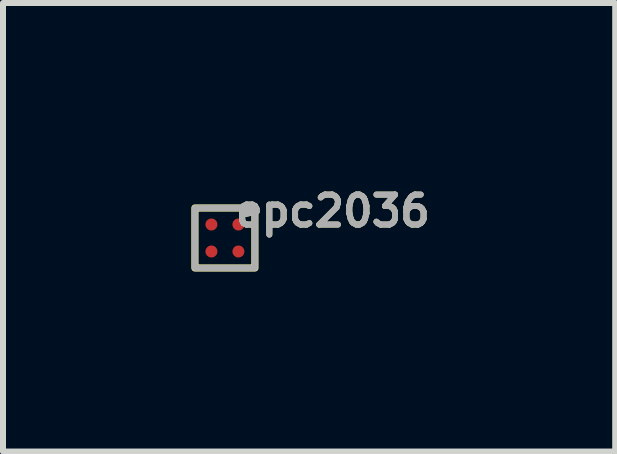
<source format=kicad_pcb>
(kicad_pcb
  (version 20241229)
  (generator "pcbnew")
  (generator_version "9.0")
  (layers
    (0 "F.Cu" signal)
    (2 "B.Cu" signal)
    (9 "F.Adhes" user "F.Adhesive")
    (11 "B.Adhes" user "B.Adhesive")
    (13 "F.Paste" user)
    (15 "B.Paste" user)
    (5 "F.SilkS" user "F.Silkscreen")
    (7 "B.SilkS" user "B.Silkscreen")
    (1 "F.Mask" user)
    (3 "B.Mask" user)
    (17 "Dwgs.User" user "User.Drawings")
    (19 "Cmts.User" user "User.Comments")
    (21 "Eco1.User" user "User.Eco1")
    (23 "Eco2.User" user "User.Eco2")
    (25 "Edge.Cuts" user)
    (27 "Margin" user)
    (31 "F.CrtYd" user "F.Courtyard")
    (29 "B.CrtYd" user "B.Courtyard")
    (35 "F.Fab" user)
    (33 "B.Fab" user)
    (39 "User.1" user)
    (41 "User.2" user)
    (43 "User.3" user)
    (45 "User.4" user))
  (footprint "epc2036"
    (layer "F.Cu")
    (at 0.25 0.468)
    (property "Reference" "epc2036" (at 2.25 0 0) (unlocked yes) (layer "F.SilkS") (effects (font (size 0.5 0.5) (thickness 0.1))))
    (attr smd)
    (fp_rect (start 0.95 -0.05) (end -0.05 0.95) (stroke (width 0.12) (type solid)) (fill no) (layer "F.SilkS"))
    (fp_rect (start 0.95 -0.05) (end -0.05 0.95) (stroke (width 0.1) (type solid)) (fill no) (layer "F.Fab"))
    (fp_text user "${REFERENCE}" (at 2.25 0 0) (unlocked yes) (layer "F.Fab") (effects (font (size 0.5 0.5) (thickness 0.1))))
    (pad "1" smd circle (at 0.225 0.225) (size 0.2 0.2) (layers "F.Cu" "F.Mask" "F.Paste"))
    (pad "2" smd circle (at 0.225 0.675) (size 0.2 0.2) (layers "F.Cu" "F.Mask" "F.Paste"))
    (pad "3" smd circle (at 0.675 0.225) (size 0.2 0.2) (layers "F.Cu" "F.Mask" "F.Paste"))
    (pad "4" smd circle (at 0.675 0.675) (size 0.2 0.2) (layers "F.Cu" "F.Mask" "F.Paste")))
  (gr_rect
    (start -3 -3)
    (end 7.207 4.478)
    (stroke (width 0.1) (type default))
    (fill no)
    (layer "Edge.Cuts")))
</source>
